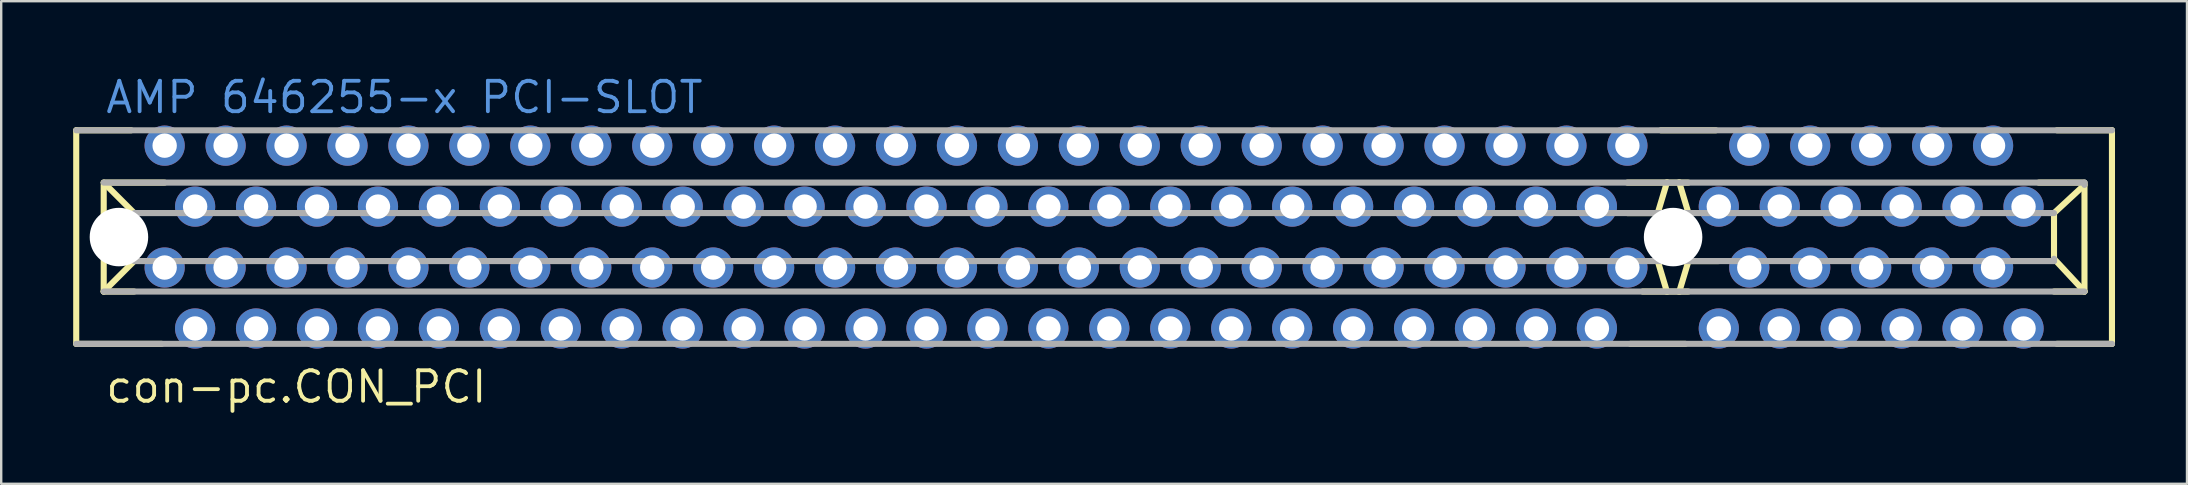
<source format=kicad_pcb>
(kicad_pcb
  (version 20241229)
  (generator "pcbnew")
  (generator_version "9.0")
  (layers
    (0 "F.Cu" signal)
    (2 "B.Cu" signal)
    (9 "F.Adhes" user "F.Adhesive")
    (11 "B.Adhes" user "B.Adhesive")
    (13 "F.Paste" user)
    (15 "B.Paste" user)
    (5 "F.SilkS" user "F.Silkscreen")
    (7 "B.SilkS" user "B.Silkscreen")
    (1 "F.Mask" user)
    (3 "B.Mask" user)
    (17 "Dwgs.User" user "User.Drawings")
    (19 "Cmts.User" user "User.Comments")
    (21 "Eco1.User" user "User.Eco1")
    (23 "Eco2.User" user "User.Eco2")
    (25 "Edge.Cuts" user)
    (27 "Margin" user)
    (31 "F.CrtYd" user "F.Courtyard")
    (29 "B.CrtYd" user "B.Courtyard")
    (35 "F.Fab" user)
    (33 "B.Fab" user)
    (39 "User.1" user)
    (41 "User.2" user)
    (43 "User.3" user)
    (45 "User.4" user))
  (footprint "con-pc.CON_PCI"
    (layer "F.Cu")
    (at 42.547 6.83)
    (property "Reference" "con-pc.CON_PCI" (at -41.275 6.985 0) (layer "F.SilkS") (effects (font (size 1.27 1.27) (thickness 0.16)) (justify left bottom)))
    (attr through_hole)
    (fp_line (start -42.42 -4.45) (end -42.42 4.45) (stroke (width 0.254) (type default)) (layer "F.SilkS"))
    (fp_line (start -42.42 4.45) (end -38.86 4.45) (stroke (width 0.254) (type default)) (layer "F.SilkS"))
    (fp_line (start -41.275 -2.27) (end -40.005 -1) (stroke (width 0.254) (type default)) (layer "F.SilkS"))
    (fp_line (start -41.275 -2.175) (end -41.275 2.27) (stroke (width 0.254) (type default)) (layer "F.SilkS"))
    (fp_line (start -41.275 2.27) (end -40.005 1) (stroke (width 0.254) (type default)) (layer "F.SilkS"))
    (fp_line (start -41.275 2.27) (end -40.005 2.27) (stroke (width 0.254) (type default)) (layer "F.SilkS"))
    (fp_line (start -40.13 -4.45) (end -42.42 -4.45) (stroke (width 0.254) (type default)) (layer "F.SilkS"))
    (fp_line (start -40.005 -1) (end -40.005 1) (stroke (width 0.254) (type default)) (layer "F.SilkS"))
    (fp_line (start -38.735 -2.27) (end -41.275 -2.27) (stroke (width 0.254) (type default)) (layer "F.SilkS"))
    (fp_line (start 22.35 4.45) (end 24.64 4.45) (stroke (width 0.254) (type default)) (layer "F.SilkS"))
    (fp_line (start 22.86 2.27) (end 24.765 2.27) (stroke (width 0.254) (type default)) (layer "F.SilkS"))
    (fp_line (start 23.495 -1.016) (end 23.495 1.016) (stroke (width 0.254) (type default)) (layer "F.SilkS"))
    (fp_line (start 23.495 -1.016) (end 23.876 -2.286) (stroke (width 0.254) (type default)) (layer "F.SilkS"))
    (fp_line (start 23.495 1) (end 26.035 1) (stroke (width 0.254) (type default)) (layer "F.SilkS"))
    (fp_line (start 23.495 1.016) (end 23.876 2.286) (stroke (width 0.254) (type default)) (layer "F.SilkS"))
    (fp_line (start 24.765 -2.27) (end 22.225 -2.27) (stroke (width 0.254) (type default)) (layer "F.SilkS"))
    (fp_line (start 24.765 -1.016) (end 24.384 -2.286) (stroke (width 0.254) (type default)) (layer "F.SilkS"))
    (fp_line (start 24.765 -1) (end 22.225 -1) (stroke (width 0.254) (type default)) (layer "F.SilkS"))
    (fp_line (start 24.765 1.016) (end 24.384 2.286) (stroke (width 0.254) (type default)) (layer "F.SilkS"))
    (fp_line (start 24.765 1.016) (end 24.765 -1.016) (stroke (width 0.254) (type default)) (layer "F.SilkS"))
    (fp_line (start 25.91 -4.45) (end 23.62 -4.45) (stroke (width 0.254) (type default)) (layer "F.SilkS"))
    (fp_line (start 40.005 0.905) (end 40.005 -1) (stroke (width 0.254) (type default)) (layer "F.SilkS"))
    (fp_line (start 40.005 2.27) (end 41.275 2.27) (stroke (width 0.254) (type default)) (layer "F.SilkS"))
    (fp_line (start 40.13 4.45) (end 42.42 4.45) (stroke (width 0.254) (type default)) (layer "F.SilkS"))
    (fp_line (start 41.275 -2.27) (end 39.37 -2.27) (stroke (width 0.254) (type default)) (layer "F.SilkS"))
    (fp_line (start 41.275 -2.175) (end 40.005 -1) (stroke (width 0.254) (type default)) (layer "F.SilkS"))
    (fp_line (start 41.275 2.27) (end 40.005 0.905) (stroke (width 0.254) (type default)) (layer "F.SilkS"))
    (fp_line (start 41.275 2.27) (end 41.275 -2.175) (stroke (width 0.254) (type default)) (layer "F.SilkS"))
    (fp_line (start 42.42 -4.45) (end 40.13 -4.45) (stroke (width 0.254) (type default)) (layer "F.SilkS"))
    (fp_line (start 42.42 4.45) (end 42.42 -4.45) (stroke (width 0.254) (type default)) (layer "F.SilkS"))
    (fp_line (start -42.42 4.45) (end 42.42 4.45) (stroke (width 0.254) (type default)) (layer "F.Fab"))
    (fp_line (start -41.275 2.27) (end 41.275 2.27) (stroke (width 0.254) (type default)) (layer "F.Fab"))
    (fp_line (start -40.005 1) (end 40.005 1) (stroke (width 0.254) (type default)) (layer "F.Fab"))
    (fp_line (start 40.005 -1) (end -40.005 -1) (stroke (width 0.254) (type default)) (layer "F.Fab"))
    (fp_line (start 40.005 1) (end 40.005 0.905) (stroke (width 0.254) (type default)) (layer "F.Fab"))
    (fp_line (start 41.275 -2.27) (end -41.275 -2.27) (stroke (width 0.254) (type default)) (layer "F.Fab"))
    (fp_line (start 41.275 -2.175) (end 41.275 -2.27) (stroke (width 0.254) (type default)) (layer "F.Fab"))
    (fp_line (start 42.42 -4.45) (end -42.42 -4.45) (stroke (width 0.254) (type default)) (layer "F.Fab"))
    (fp_text user "AMP 646255-x PCI-SLOT" (at -41.275 -5.08 0) (layer "Cmts.User") (effects (font (size 1.27 1.27) (thickness 0.16)) (justify left bottom)))
    (pad "" np_thru_hole circle (at -40.64 0) (size 2.438 2.438) (drill 2.438) (layers "*.Cu" "*.Mask"))
    (pad "" np_thru_hole circle (at 24.13 0) (size 2.438 2.438) (drill 2.438) (layers "*.Cu" "*.Mask"))
    (pad "A1" thru_hole circle (at -38.735 -3.81) (size 1.676 1.676) (drill 1.016) (layers "*.Cu" "*.Mask"))
    (pad "A2" thru_hole circle (at -37.465 -1.27) (size 1.676 1.676) (drill 1.016) (layers "*.Cu" "*.Mask"))
    (pad "A3" thru_hole circle (at -36.195 -3.81) (size 1.676 1.676) (drill 1.016) (layers "*.Cu" "*.Mask"))
    (pad "A4" thru_hole circle (at -34.925 -1.27) (size 1.676 1.676) (drill 1.016) (layers "*.Cu" "*.Mask"))
    (pad "A5" thru_hole circle (at -33.655 -3.81) (size 1.676 1.676) (drill 1.016) (layers "*.Cu" "*.Mask"))
    (pad "A6" thru_hole circle (at -32.385 -1.27) (size 1.676 1.676) (drill 1.016) (layers "*.Cu" "*.Mask"))
    (pad "A7" thru_hole circle (at -31.115 -3.81) (size 1.676 1.676) (drill 1.016) (layers "*.Cu" "*.Mask"))
    (pad "A8" thru_hole circle (at -29.845 -1.27) (size 1.676 1.676) (drill 1.016) (layers "*.Cu" "*.Mask"))
    (pad "A9" thru_hole circle (at -28.575 -3.81) (size 1.676 1.676) (drill 1.016) (layers "*.Cu" "*.Mask"))
    (pad "A10" thru_hole circle (at -27.305 -1.27) (size 1.676 1.676) (drill 1.016) (layers "*.Cu" "*.Mask"))
    (pad "A11" thru_hole circle (at -26.035 -3.81) (size 1.676 1.676) (drill 1.016) (layers "*.Cu" "*.Mask"))
    (pad "A12" thru_hole circle (at -24.765 -1.27) (size 1.676 1.676) (drill 1.016) (layers "*.Cu" "*.Mask"))
    (pad "A13" thru_hole circle (at -23.495 -3.81) (size 1.676 1.676) (drill 1.016) (layers "*.Cu" "*.Mask"))
    (pad "A14" thru_hole circle (at -22.225 -1.27) (size 1.676 1.676) (drill 1.016) (layers "*.Cu" "*.Mask"))
    (pad "A15" thru_hole circle (at -20.955 -3.81) (size 1.676 1.676) (drill 1.016) (layers "*.Cu" "*.Mask"))
    (pad "A16" thru_hole circle (at -19.685 -1.27) (size 1.676 1.676) (drill 1.016) (layers "*.Cu" "*.Mask"))
    (pad "A17" thru_hole circle (at -18.415 -3.81) (size 1.676 1.676) (drill 1.016) (layers "*.Cu" "*.Mask"))
    (pad "A18" thru_hole circle (at -17.145 -1.27) (size 1.676 1.676) (drill 1.016) (layers "*.Cu" "*.Mask"))
    (pad "A19" thru_hole circle (at -15.875 -3.81) (size 1.676 1.676) (drill 1.016) (layers "*.Cu" "*.Mask"))
    (pad "A20" thru_hole circle (at -14.605 -1.27) (size 1.676 1.676) (drill 1.016) (layers "*.Cu" "*.Mask"))
    (pad "A21" thru_hole circle (at -13.335 -3.81) (size 1.676 1.676) (drill 1.016) (layers "*.Cu" "*.Mask"))
    (pad "A22" thru_hole circle (at -12.065 -1.27) (size 1.676 1.676) (drill 1.016) (layers "*.Cu" "*.Mask"))
    (pad "A23" thru_hole circle (at -10.795 -3.81) (size 1.676 1.676) (drill 1.016) (layers "*.Cu" "*.Mask"))
    (pad "A24" thru_hole circle (at -9.525 -1.27) (size 1.676 1.676) (drill 1.016) (layers "*.Cu" "*.Mask"))
    (pad "A25" thru_hole circle (at -8.255 -3.81) (size 1.676 1.676) (drill 1.016) (layers "*.Cu" "*.Mask"))
    (pad "A26" thru_hole circle (at -6.985 -1.27) (size 1.676 1.676) (drill 1.016) (layers "*.Cu" "*.Mask"))
    (pad "A27" thru_hole circle (at -5.715 -3.81) (size 1.676 1.676) (drill 1.016) (layers "*.Cu" "*.Mask"))
    (pad "A28" thru_hole circle (at -4.445 -1.27) (size 1.676 1.676) (drill 1.016) (layers "*.Cu" "*.Mask"))
    (pad "A29" thru_hole circle (at -3.175 -3.81) (size 1.676 1.676) (drill 1.016) (layers "*.Cu" "*.Mask"))
    (pad "A30" thru_hole circle (at -1.905 -1.27) (size 1.676 1.676) (drill 1.016) (layers "*.Cu" "*.Mask"))
    (pad "A31" thru_hole circle (at -0.635 -3.81) (size 1.676 1.676) (drill 1.016) (layers "*.Cu" "*.Mask"))
    (pad "A32" thru_hole circle (at 0.635 -1.27) (size 1.676 1.676) (drill 1.016) (layers "*.Cu" "*.Mask"))
    (pad "A33" thru_hole circle (at 1.905 -3.81) (size 1.676 1.676) (drill 1.016) (layers "*.Cu" "*.Mask"))
    (pad "A34" thru_hole circle (at 3.175 -1.27) (size 1.676 1.676) (drill 1.016) (layers "*.Cu" "*.Mask"))
    (pad "A35" thru_hole circle (at 4.445 -3.81) (size 1.676 1.676) (drill 1.016) (layers "*.Cu" "*.Mask"))
    (pad "A36" thru_hole circle (at 5.715 -1.27) (size 1.676 1.676) (drill 1.016) (layers "*.Cu" "*.Mask"))
    (pad "A37" thru_hole circle (at 6.985 -3.81) (size 1.676 1.676) (drill 1.016) (layers "*.Cu" "*.Mask"))
    (pad "A38" thru_hole circle (at 8.255 -1.27) (size 1.676 1.676) (drill 1.016) (layers "*.Cu" "*.Mask"))
    (pad "A39" thru_hole circle (at 9.525 -3.81) (size 1.676 1.676) (drill 1.016) (layers "*.Cu" "*.Mask"))
    (pad "A40" thru_hole circle (at 10.795 -1.27) (size 1.676 1.676) (drill 1.016) (layers "*.Cu" "*.Mask"))
    (pad "A41" thru_hole circle (at 12.065 -3.81) (size 1.676 1.676) (drill 1.016) (layers "*.Cu" "*.Mask"))
    (pad "A42" thru_hole circle (at 13.335 -1.27) (size 1.676 1.676) (drill 1.016) (layers "*.Cu" "*.Mask"))
    (pad "A43" thru_hole circle (at 14.605 -3.81) (size 1.676 1.676) (drill 1.016) (layers "*.Cu" "*.Mask"))
    (pad "A44" thru_hole circle (at 15.875 -1.27) (size 1.676 1.676) (drill 1.016) (layers "*.Cu" "*.Mask"))
    (pad "A45" thru_hole circle (at 17.145 -3.81) (size 1.676 1.676) (drill 1.016) (layers "*.Cu" "*.Mask"))
    (pad "A46" thru_hole circle (at 18.415 -1.27) (size 1.676 1.676) (drill 1.016) (layers "*.Cu" "*.Mask"))
    (pad "A47" thru_hole circle (at 19.685 -3.81) (size 1.676 1.676) (drill 1.016) (layers "*.Cu" "*.Mask"))
    (pad "A48" thru_hole circle (at 20.955 -1.27) (size 1.676 1.676) (drill 1.016) (layers "*.Cu" "*.Mask"))
    (pad "A49" thru_hole circle (at 22.225 -3.81) (size 1.676 1.676) (drill 1.016) (layers "*.Cu" "*.Mask"))
    (pad "A52" thru_hole circle (at 26.035 -1.27) (size 1.676 1.676) (drill 1.016) (layers "*.Cu" "*.Mask"))
    (pad "A53" thru_hole circle (at 27.305 -3.81) (size 1.676 1.676) (drill 1.016) (layers "*.Cu" "*.Mask"))
    (pad "A54" thru_hole circle (at 28.575 -1.27) (size 1.676 1.676) (drill 1.016) (layers "*.Cu" "*.Mask"))
    (pad "A55" thru_hole circle (at 29.845 -3.81) (size 1.676 1.676) (drill 1.016) (layers "*.Cu" "*.Mask"))
    (pad "A56" thru_hole circle (at 31.115 -1.27) (size 1.676 1.676) (drill 1.016) (layers "*.Cu" "*.Mask"))
    (pad "A57" thru_hole circle (at 32.385 -3.81) (size 1.676 1.676) (drill 1.016) (layers "*.Cu" "*.Mask"))
    (pad "A58" thru_hole circle (at 33.655 -1.27) (size 1.676 1.676) (drill 1.016) (layers "*.Cu" "*.Mask"))
    (pad "A59" thru_hole circle (at 34.925 -3.81) (size 1.676 1.676) (drill 1.016) (layers "*.Cu" "*.Mask"))
    (pad "A60" thru_hole circle (at 36.195 -1.27) (size 1.676 1.676) (drill 1.016) (layers "*.Cu" "*.Mask"))
    (pad "A61" thru_hole circle (at 37.465 -3.81) (size 1.676 1.676) (drill 1.016) (layers "*.Cu" "*.Mask"))
    (pad "A62" thru_hole circle (at 38.735 -1.27) (size 1.676 1.676) (drill 1.016) (layers "*.Cu" "*.Mask"))
    (pad "B1" thru_hole circle (at -38.735 1.27) (size 1.676 1.676) (drill 1.016) (layers "*.Cu" "*.Mask"))
    (pad "B2" thru_hole circle (at -37.465 3.81) (size 1.676 1.676) (drill 1.016) (layers "*.Cu" "*.Mask"))
    (pad "B3" thru_hole circle (at -36.195 1.27) (size 1.676 1.676) (drill 1.016) (layers "*.Cu" "*.Mask"))
    (pad "B4" thru_hole circle (at -34.925 3.81) (size 1.676 1.676) (drill 1.016) (layers "*.Cu" "*.Mask"))
    (pad "B5" thru_hole circle (at -33.655 1.27) (size 1.676 1.676) (drill 1.016) (layers "*.Cu" "*.Mask"))
    (pad "B6" thru_hole circle (at -32.385 3.81) (size 1.676 1.676) (drill 1.016) (layers "*.Cu" "*.Mask"))
    (pad "B7" thru_hole circle (at -31.115 1.27) (size 1.676 1.676) (drill 1.016) (layers "*.Cu" "*.Mask"))
    (pad "B8" thru_hole circle (at -29.845 3.81) (size 1.676 1.676) (drill 1.016) (layers "*.Cu" "*.Mask"))
    (pad "B9" thru_hole circle (at -28.575 1.27) (size 1.676 1.676) (drill 1.016) (layers "*.Cu" "*.Mask"))
    (pad "B10" thru_hole circle (at -27.305 3.81) (size 1.676 1.676) (drill 1.016) (layers "*.Cu" "*.Mask"))
    (pad "B11" thru_hole circle (at -26.035 1.27) (size 1.676 1.676) (drill 1.016) (layers "*.Cu" "*.Mask"))
    (pad "B12" thru_hole circle (at -24.765 3.81) (size 1.676 1.676) (drill 1.016) (layers "*.Cu" "*.Mask"))
    (pad "B13" thru_hole circle (at -23.495 1.27) (size 1.676 1.676) (drill 1.016) (layers "*.Cu" "*.Mask"))
    (pad "B14" thru_hole circle (at -22.225 3.81) (size 1.676 1.676) (drill 1.016) (layers "*.Cu" "*.Mask"))
    (pad "B15" thru_hole circle (at -20.955 1.27) (size 1.676 1.676) (drill 1.016) (layers "*.Cu" "*.Mask"))
    (pad "B16" thru_hole circle (at -19.685 3.81) (size 1.676 1.676) (drill 1.016) (layers "*.Cu" "*.Mask"))
    (pad "B17" thru_hole circle (at -18.415 1.27) (size 1.676 1.676) (drill 1.016) (layers "*.Cu" "*.Mask"))
    (pad "B18" thru_hole circle (at -17.145 3.81) (size 1.676 1.676) (drill 1.016) (layers "*.Cu" "*.Mask"))
    (pad "B19" thru_hole circle (at -15.875 1.27) (size 1.676 1.676) (drill 1.016) (layers "*.Cu" "*.Mask"))
    (pad "B20" thru_hole circle (at -14.605 3.81) (size 1.676 1.676) (drill 1.016) (layers "*.Cu" "*.Mask"))
    (pad "B21" thru_hole circle (at -13.335 1.27) (size 1.676 1.676) (drill 1.016) (layers "*.Cu" "*.Mask"))
    (pad "B22" thru_hole circle (at -12.065 3.81) (size 1.676 1.676) (drill 1.016) (layers "*.Cu" "*.Mask"))
    (pad "B23" thru_hole circle (at -10.795 1.27) (size 1.676 1.676) (drill 1.016) (layers "*.Cu" "*.Mask"))
    (pad "B24" thru_hole circle (at -9.525 3.81) (size 1.676 1.676) (drill 1.016) (layers "*.Cu" "*.Mask"))
    (pad "B25" thru_hole circle (at -8.255 1.27) (size 1.676 1.676) (drill 1.016) (layers "*.Cu" "*.Mask"))
    (pad "B26" thru_hole circle (at -6.985 3.81) (size 1.676 1.676) (drill 1.016) (layers "*.Cu" "*.Mask"))
    (pad "B27" thru_hole circle (at -5.715 1.27) (size 1.676 1.676) (drill 1.016) (layers "*.Cu" "*.Mask"))
    (pad "B28" thru_hole circle (at -4.445 3.81) (size 1.676 1.676) (drill 1.016) (layers "*.Cu" "*.Mask"))
    (pad "B29" thru_hole circle (at -3.175 1.27) (size 1.676 1.676) (drill 1.016) (layers "*.Cu" "*.Mask"))
    (pad "B30" thru_hole circle (at -1.905 3.81) (size 1.676 1.676) (drill 1.016) (layers "*.Cu" "*.Mask"))
    (pad "B31" thru_hole circle (at -0.635 1.27) (size 1.676 1.676) (drill 1.016) (layers "*.Cu" "*.Mask"))
    (pad "B32" thru_hole circle (at 0.635 3.81) (size 1.676 1.676) (drill 1.016) (layers "*.Cu" "*.Mask"))
    (pad "B33" thru_hole circle (at 1.905 1.27) (size 1.676 1.676) (drill 1.016) (layers "*.Cu" "*.Mask"))
    (pad "B34" thru_hole circle (at 3.175 3.81) (size 1.676 1.676) (drill 1.016) (layers "*.Cu" "*.Mask"))
    (pad "B35" thru_hole circle (at 4.445 1.27) (size 1.676 1.676) (drill 1.016) (layers "*.Cu" "*.Mask"))
    (pad "B36" thru_hole circle (at 5.715 3.81) (size 1.676 1.676) (drill 1.016) (layers "*.Cu" "*.Mask"))
    (pad "B37" thru_hole circle (at 6.985 1.27) (size 1.676 1.676) (drill 1.016) (layers "*.Cu" "*.Mask"))
    (pad "B38" thru_hole circle (at 8.255 3.81) (size 1.676 1.676) (drill 1.016) (layers "*.Cu" "*.Mask"))
    (pad "B39" thru_hole circle (at 9.525 1.27) (size 1.676 1.676) (drill 1.016) (layers "*.Cu" "*.Mask"))
    (pad "B40" thru_hole circle (at 10.795 3.81) (size 1.676 1.676) (drill 1.016) (layers "*.Cu" "*.Mask"))
    (pad "B41" thru_hole circle (at 12.065 1.27) (size 1.676 1.676) (drill 1.016) (layers "*.Cu" "*.Mask"))
    (pad "B42" thru_hole circle (at 13.335 3.81) (size 1.676 1.676) (drill 1.016) (layers "*.Cu" "*.Mask"))
    (pad "B43" thru_hole circle (at 14.605 1.27) (size 1.676 1.676) (drill 1.016) (layers "*.Cu" "*.Mask"))
    (pad "B44" thru_hole circle (at 15.875 3.81) (size 1.676 1.676) (drill 1.016) (layers "*.Cu" "*.Mask"))
    (pad "B45" thru_hole circle (at 17.145 1.27) (size 1.676 1.676) (drill 1.016) (layers "*.Cu" "*.Mask"))
    (pad "B46" thru_hole circle (at 18.415 3.81) (size 1.676 1.676) (drill 1.016) (layers "*.Cu" "*.Mask"))
    (pad "B47" thru_hole circle (at 19.685 1.27) (size 1.676 1.676) (drill 1.016) (layers "*.Cu" "*.Mask"))
    (pad "B48" thru_hole circle (at 20.955 3.81) (size 1.676 1.676) (drill 1.016) (layers "*.Cu" "*.Mask"))
    (pad "B49" thru_hole circle (at 22.225 1.27) (size 1.676 1.676) (drill 1.016) (layers "*.Cu" "*.Mask"))
    (pad "B52" thru_hole circle (at 26.035 3.81) (size 1.676 1.676) (drill 1.016) (layers "*.Cu" "*.Mask"))
    (pad "B53" thru_hole circle (at 27.305 1.27) (size 1.676 1.676) (drill 1.016) (layers "*.Cu" "*.Mask"))
    (pad "B54" thru_hole circle (at 28.575 3.81) (size 1.676 1.676) (drill 1.016) (layers "*.Cu" "*.Mask"))
    (pad "B55" thru_hole circle (at 29.845 1.27) (size 1.676 1.676) (drill 1.016) (layers "*.Cu" "*.Mask"))
    (pad "B56" thru_hole circle (at 31.115 3.81) (size 1.676 1.676) (drill 1.016) (layers "*.Cu" "*.Mask"))
    (pad "B57" thru_hole circle (at 32.385 1.27) (size 1.676 1.676) (drill 1.016) (layers "*.Cu" "*.Mask"))
    (pad "B58" thru_hole circle (at 33.655 3.81) (size 1.676 1.676) (drill 1.016) (layers "*.Cu" "*.Mask"))
    (pad "B59" thru_hole circle (at 34.925 1.27) (size 1.676 1.676) (drill 1.016) (layers "*.Cu" "*.Mask"))
    (pad "B60" thru_hole circle (at 36.195 3.81) (size 1.676 1.676) (drill 1.016) (layers "*.Cu" "*.Mask"))
    (pad "B61" thru_hole circle (at 37.465 1.27) (size 1.676 1.676) (drill 1.016) (layers "*.Cu" "*.Mask"))
    (pad "B62" thru_hole circle (at 38.735 3.81) (size 1.676 1.676) (drill 1.016) (layers "*.Cu" "*.Mask")))
  (gr_rect
    (start -3 -3)
    (end 88.094 17.113)
    (stroke (width 0.1) (type default))
    (fill no)
    (layer "Edge.Cuts")))
</source>
